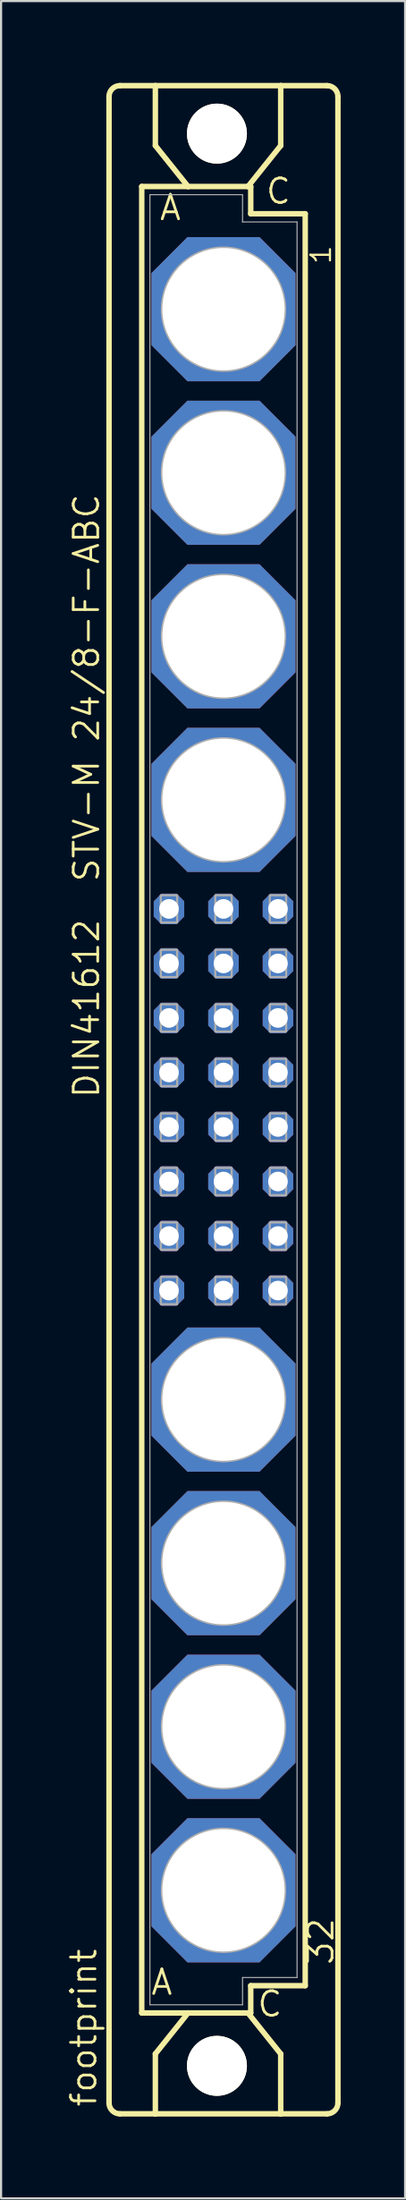
<source format=kicad_pcb>
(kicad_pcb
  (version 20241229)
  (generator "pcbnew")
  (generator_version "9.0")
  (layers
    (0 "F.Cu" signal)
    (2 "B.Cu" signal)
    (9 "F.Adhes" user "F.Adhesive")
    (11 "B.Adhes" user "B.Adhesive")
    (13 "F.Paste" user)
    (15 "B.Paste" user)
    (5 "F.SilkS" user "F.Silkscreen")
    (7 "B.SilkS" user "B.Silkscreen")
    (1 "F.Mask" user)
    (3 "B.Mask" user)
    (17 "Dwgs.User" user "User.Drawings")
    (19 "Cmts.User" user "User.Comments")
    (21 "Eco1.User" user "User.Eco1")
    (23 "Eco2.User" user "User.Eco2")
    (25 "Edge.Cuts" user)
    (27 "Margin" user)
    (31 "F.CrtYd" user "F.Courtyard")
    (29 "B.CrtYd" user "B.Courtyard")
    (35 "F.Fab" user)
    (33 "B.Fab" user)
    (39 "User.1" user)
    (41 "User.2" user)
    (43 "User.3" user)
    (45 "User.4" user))
  (footprint "footprint"
    (layer "F.Cu")
    (at 7.366 48.184)
    (property "Reference" "footprint" (at -5.842 46.99 90) (layer "F.SilkS") (effects (font (size 1.143 1.143) (thickness 0.127)) (justify left bottom)))
    (fp_line (start -5.334 46.736) (end -5.334 -46.736) (stroke (width 0.254) (type solid)) (layer "F.SilkS"))
    (fp_line (start -4.826 -47.244) (end -3.175 -47.244) (stroke (width 0.254) (type solid)) (layer "F.SilkS"))
    (fp_line (start -4.826 47.244) (end -3.175 47.244) (stroke (width 0.254) (type solid)) (layer "F.SilkS"))
    (fp_line (start -3.81 -42.545) (end -3.81 42.545) (stroke (width 0.254) (type solid)) (layer "F.SilkS"))
    (fp_line (start -3.81 42.545) (end -1.651 42.545) (stroke (width 0.254) (type solid)) (layer "F.SilkS"))
    (fp_line (start -3.175 -47.244) (end -3.175 -44.45) (stroke (width 0.254) (type solid)) (layer "F.SilkS"))
    (fp_line (start -3.175 47.244) (end -3.175 44.45) (stroke (width 0.254) (type solid)) (layer "F.SilkS"))
    (fp_line (start -3.175 47.244) (end 2.667 47.244) (stroke (width 0.254) (type solid)) (layer "F.SilkS"))
    (fp_line (start -1.651 -42.545) (end -3.81 -42.545) (stroke (width 0.254) (type solid)) (layer "F.SilkS"))
    (fp_line (start -1.651 -42.545) (end -3.175 -44.45) (stroke (width 0.254) (type solid)) (layer "F.SilkS"))
    (fp_line (start -1.651 42.545) (end -3.175 44.45) (stroke (width 0.254) (type solid)) (layer "F.SilkS"))
    (fp_line (start -1.651 42.545) (end 1.143 42.545) (stroke (width 0.254) (type solid)) (layer "F.SilkS"))
    (fp_line (start 1.143 -42.545) (end -1.651 -42.545) (stroke (width 0.254) (type solid)) (layer "F.SilkS"))
    (fp_line (start 1.143 -42.545) (end 2.667 -44.45) (stroke (width 0.254) (type solid)) (layer "F.SilkS"))
    (fp_line (start 1.143 42.545) (end 1.27 42.545) (stroke (width 0.254) (type solid)) (layer "F.SilkS"))
    (fp_line (start 1.143 42.545) (end 2.667 44.45) (stroke (width 0.254) (type solid)) (layer "F.SilkS"))
    (fp_line (start 1.27 -42.545) (end 1.143 -42.545) (stroke (width 0.254) (type solid)) (layer "F.SilkS"))
    (fp_line (start 1.27 -41.275) (end 1.27 -42.545) (stroke (width 0.254) (type solid)) (layer "F.SilkS"))
    (fp_line (start 1.27 41.275) (end 3.81 41.275) (stroke (width 0.254) (type solid)) (layer "F.SilkS"))
    (fp_line (start 1.27 42.545) (end 1.27 41.275) (stroke (width 0.254) (type solid)) (layer "F.SilkS"))
    (fp_line (start 2.667 -47.244) (end -3.175 -47.244) (stroke (width 0.254) (type solid)) (layer "F.SilkS"))
    (fp_line (start 2.667 -47.244) (end 2.667 -44.45) (stroke (width 0.254) (type solid)) (layer "F.SilkS"))
    (fp_line (start 2.667 47.244) (end 2.667 44.45) (stroke (width 0.254) (type solid)) (layer "F.SilkS"))
    (fp_line (start 2.667 47.244) (end 4.826 47.244) (stroke (width 0.254) (type solid)) (layer "F.SilkS"))
    (fp_line (start 3.81 -41.275) (end 1.27 -41.275) (stroke (width 0.254) (type solid)) (layer "F.SilkS"))
    (fp_line (start 3.81 41.275) (end 3.81 -41.275) (stroke (width 0.254) (type solid)) (layer "F.SilkS"))
    (fp_line (start 4.826 -47.244) (end 2.667 -47.244) (stroke (width 0.254) (type solid)) (layer "F.SilkS"))
    (fp_line (start 5.334 46.736) (end 5.334 -46.736) (stroke (width 0.254) (type solid)) (layer "F.SilkS"))
    (fp_arc (start -5.334 -46.736) (mid -5.18521 -47.09521) (end -4.826 -47.244) (stroke (width 0.254) (type solid)) (layer "F.SilkS"))
    (fp_arc (start -4.826 47.244) (mid -5.18521 47.09521) (end -5.334 46.736) (stroke (width 0.254) (type solid)) (layer "F.SilkS"))
    (fp_arc (start 4.826 -47.244) (mid 5.18521 -47.09521) (end 5.334 -46.736) (stroke (width 0.254) (type solid)) (layer "F.SilkS"))
    (fp_arc (start 5.334 46.736) (mid 5.18521 47.09521) (end 4.826 47.244) (stroke (width 0.254) (type solid)) (layer "F.SilkS"))
    (fp_circle (center -0.305 -45.009) (end 0.965 -45.009) (stroke (width 0.254) (type solid)) (fill no) (layer "F.SilkS"))
    (fp_circle (center -0.305 45.009) (end 0.965 45.009) (stroke (width 0.254) (type solid)) (fill no) (layer "F.SilkS"))
    (fp_line (start -3.429 -42.164) (end -3.429 42.164) (stroke (width 0.051) (type solid)) (layer "F.Fab"))
    (fp_line (start -3.429 -42.164) (end 0.889 -42.164) (stroke (width 0.051) (type solid)) (layer "F.Fab"))
    (fp_line (start -3.429 42.164) (end 0.889 42.164) (stroke (width 0.051) (type solid)) (layer "F.Fab"))
    (fp_line (start 0.889 -42.164) (end 0.889 -40.894) (stroke (width 0.051) (type solid)) (layer "F.Fab"))
    (fp_line (start 0.889 -40.894) (end 3.429 -40.894) (stroke (width 0.051) (type solid)) (layer "F.Fab"))
    (fp_line (start 0.889 40.894) (end 3.429 40.894) (stroke (width 0.051) (type solid)) (layer "F.Fab"))
    (fp_line (start 0.889 42.164) (end 0.889 40.894) (stroke (width 0.051) (type solid)) (layer "F.Fab"))
    (fp_line (start 3.429 -40.894) (end 3.429 40.894) (stroke (width 0.051) (type solid)) (layer "F.Fab"))
    (fp_circle (center 0 -36.83) (end 2.794 -36.83) (stroke (width 0.254) (type solid)) (fill no) (layer "F.Fab"))
    (fp_circle (center 0 -29.21) (end 2.794 -29.21) (stroke (width 0.254) (type solid)) (fill no) (layer "F.Fab"))
    (fp_circle (center 0 -21.59) (end 2.794 -21.59) (stroke (width 0.254) (type solid)) (fill no) (layer "F.Fab"))
    (fp_circle (center 0 -13.97) (end 2.794 -13.97) (stroke (width 0.254) (type solid)) (fill no) (layer "F.Fab"))
    (fp_circle (center 0 13.97) (end 2.794 13.97) (stroke (width 0.254) (type solid)) (fill no) (layer "F.Fab"))
    (fp_circle (center 0 21.59) (end 2.794 21.59) (stroke (width 0.254) (type solid)) (fill no) (layer "F.Fab"))
    (fp_circle (center 0 29.21) (end 2.794 29.21) (stroke (width 0.254) (type solid)) (fill no) (layer "F.Fab"))
    (fp_circle (center 0 36.83) (end 2.794 36.83) (stroke (width 0.254) (type solid)) (fill no) (layer "F.Fab"))
    (fp_poly (pts (xy -2.921 -8.255) (xy -2.159 -8.255) (xy -2.159 -9.525) (xy -2.921 -9.525)) (stroke (width 0.1) (type solid)) (fill no) (layer "F.Fab"))
    (fp_poly (pts (xy -2.921 -5.715) (xy -2.159 -5.715) (xy -2.159 -6.985) (xy -2.921 -6.985)) (stroke (width 0.1) (type solid)) (fill no) (layer "F.Fab"))
    (fp_poly (pts (xy -2.921 -3.175) (xy -2.159 -3.175) (xy -2.159 -4.445) (xy -2.921 -4.445)) (stroke (width 0.1) (type solid)) (fill no) (layer "F.Fab"))
    (fp_poly (pts (xy -2.921 -0.635) (xy -2.159 -0.635) (xy -2.159 -1.905) (xy -2.921 -1.905)) (stroke (width 0.1) (type solid)) (fill no) (layer "F.Fab"))
    (fp_poly (pts (xy -2.921 1.905) (xy -2.159 1.905) (xy -2.159 0.635) (xy -2.921 0.635)) (stroke (width 0.1) (type solid)) (fill no) (layer "F.Fab"))
    (fp_poly (pts (xy -2.921 4.445) (xy -2.159 4.445) (xy -2.159 3.175) (xy -2.921 3.175)) (stroke (width 0.1) (type solid)) (fill no) (layer "F.Fab"))
    (fp_poly (pts (xy -2.921 6.985) (xy -2.159 6.985) (xy -2.159 5.715) (xy -2.921 5.715)) (stroke (width 0.1) (type solid)) (fill no) (layer "F.Fab"))
    (fp_poly (pts (xy -2.921 9.525) (xy -2.159 9.525) (xy -2.159 8.255) (xy -2.921 8.255)) (stroke (width 0.1) (type solid)) (fill no) (layer "F.Fab"))
    (fp_poly (pts (xy -0.381 -8.255) (xy 0.381 -8.255) (xy 0.381 -9.525) (xy -0.381 -9.525)) (stroke (width 0.1) (type solid)) (fill no) (layer "F.Fab"))
    (fp_poly (pts (xy -0.381 -5.715) (xy 0.381 -5.715) (xy 0.381 -6.985) (xy -0.381 -6.985)) (stroke (width 0.1) (type solid)) (fill no) (layer "F.Fab"))
    (fp_poly (pts (xy -0.381 -3.175) (xy 0.381 -3.175) (xy 0.381 -4.445) (xy -0.381 -4.445)) (stroke (width 0.1) (type solid)) (fill no) (layer "F.Fab"))
    (fp_poly (pts (xy -0.381 -0.635) (xy 0.381 -0.635) (xy 0.381 -1.905) (xy -0.381 -1.905)) (stroke (width 0.1) (type solid)) (fill no) (layer "F.Fab"))
    (fp_poly (pts (xy -0.381 1.905) (xy 0.381 1.905) (xy 0.381 0.635) (xy -0.381 0.635)) (stroke (width 0.1) (type solid)) (fill no) (layer "F.Fab"))
    (fp_poly (pts (xy -0.381 4.445) (xy 0.381 4.445) (xy 0.381 3.175) (xy -0.381 3.175)) (stroke (width 0.1) (type solid)) (fill no) (layer "F.Fab"))
    (fp_poly (pts (xy -0.381 6.985) (xy 0.381 6.985) (xy 0.381 5.715) (xy -0.381 5.715)) (stroke (width 0.1) (type solid)) (fill no) (layer "F.Fab"))
    (fp_poly (pts (xy -0.381 9.525) (xy 0.381 9.525) (xy 0.381 8.255) (xy -0.381 8.255)) (stroke (width 0.1) (type solid)) (fill no) (layer "F.Fab"))
    (fp_poly (pts (xy 2.159 -8.255) (xy 2.921 -8.255) (xy 2.921 -9.525) (xy 2.159 -9.525)) (stroke (width 0.1) (type solid)) (fill no) (layer "F.Fab"))
    (fp_poly (pts (xy 2.159 -5.715) (xy 2.921 -5.715) (xy 2.921 -6.985) (xy 2.159 -6.985)) (stroke (width 0.1) (type solid)) (fill no) (layer "F.Fab"))
    (fp_poly (pts (xy 2.159 -3.175) (xy 2.921 -3.175) (xy 2.921 -4.445) (xy 2.159 -4.445)) (stroke (width 0.1) (type solid)) (fill no) (layer "F.Fab"))
    (fp_poly (pts (xy 2.159 -0.635) (xy 2.921 -0.635) (xy 2.921 -1.905) (xy 2.159 -1.905)) (stroke (width 0.1) (type solid)) (fill no) (layer "F.Fab"))
    (fp_poly (pts (xy 2.159 1.905) (xy 2.921 1.905) (xy 2.921 0.635) (xy 2.159 0.635)) (stroke (width 0.1) (type solid)) (fill no) (layer "F.Fab"))
    (fp_poly (pts (xy 2.159 4.445) (xy 2.921 4.445) (xy 2.921 3.175) (xy 2.159 3.175)) (stroke (width 0.1) (type solid)) (fill no) (layer "F.Fab"))
    (fp_poly (pts (xy 2.159 6.985) (xy 2.921 6.985) (xy 2.921 5.715) (xy 2.159 5.715)) (stroke (width 0.1) (type solid)) (fill no) (layer "F.Fab"))
    (fp_poly (pts (xy 2.159 9.525) (xy 2.921 9.525) (xy 2.921 8.255) (xy 2.159 8.255)) (stroke (width 0.1) (type solid)) (fill no) (layer "F.Fab"))
    (fp_text user "C" (at 1.905 -41.656 0) (layer "F.SilkS") (effects (font (size 1.143 1.143) (thickness 0.127)) (justify left bottom)))
    (fp_text user "32" (at 5.207 40.386 90) (layer "F.SilkS") (effects (font (size 1.143 1.143) (thickness 0.127)) (justify left bottom)))
    (fp_text user "DIN41612  STV-M 24/8-F-ABC" (at -5.715 0 90) (layer "F.SilkS") (effects (font (size 1.143 1.143) (thickness 0.127)) (justify left bottom)))
    (fp_text user " A " (at -4.318 41.783 0) (layer "F.SilkS") (effects (font (size 1.143 1.143) (thickness 0.127)) (justify left bottom)))
    (fp_text user "A" (at -3.048 -40.894 0) (layer "F.SilkS") (effects (font (size 1.143 1.143) (thickness 0.127)) (justify left bottom)))
    (fp_text user " C " (at 0.635 42.799 0) (layer "F.SilkS") (effects (font (size 1.143 1.143) (thickness 0.127)) (justify left bottom)))
    (fp_text user "1" (at 5.08 -38.862 90) (layer "F.SilkS") (effects (font (size 0.914 0.914) (thickness 0.102)) (justify left bottom)))
    (pad "" np_thru_hole circle (at -0.305 -45.009) (size 2.794 2.794) (drill 2.794) (layers "*.Cu" "*.Mask"))
    (pad "" np_thru_hole circle (at -0.305 45.009) (size 2.794 2.794) (drill 2.794) (layers "*.Cu" "*.Mask"))
    (pad "1" thru_hole roundrect (at 0 -36.83) (size 6.716 6.716) (drill 5.7) (layers "*.Cu" "*.Mask") (roundrect_rratio 0.25) (chamfer_ratio 0.25) (chamfer top_left top_right bottom_left bottom_right))
    (pad "2" thru_hole roundrect (at 0 -29.21) (size 6.716 6.716) (drill 5.7) (layers "*.Cu" "*.Mask") (roundrect_rratio 0.25) (chamfer_ratio 0.25) (chamfer top_left top_right bottom_left bottom_right))
    (pad "3" thru_hole roundrect (at 0 -21.59) (size 6.716 6.716) (drill 5.7) (layers "*.Cu" "*.Mask") (roundrect_rratio 0.25) (chamfer_ratio 0.25) (chamfer top_left top_right bottom_left bottom_right))
    (pad "4" thru_hole roundrect (at 0 -13.97) (size 6.716 6.716) (drill 5.7) (layers "*.Cu" "*.Mask") (roundrect_rratio 0.25) (chamfer_ratio 0.25) (chamfer top_left top_right bottom_left bottom_right))
    (pad "5" thru_hole roundrect (at 0 13.97) (size 6.716 6.716) (drill 5.7) (layers "*.Cu" "*.Mask") (roundrect_rratio 0.25) (chamfer_ratio 0.25) (chamfer top_left top_right bottom_left bottom_right))
    (pad "6" thru_hole roundrect (at 0 21.59) (size 6.716 6.716) (drill 5.7) (layers "*.Cu" "*.Mask") (roundrect_rratio 0.25) (chamfer_ratio 0.25) (chamfer top_left top_right bottom_left bottom_right))
    (pad "7" thru_hole roundrect (at 0 29.21) (size 6.716 6.716) (drill 5.7) (layers "*.Cu" "*.Mask") (roundrect_rratio 0.25) (chamfer_ratio 0.25) (chamfer top_left top_right bottom_left bottom_right))
    (pad "8" thru_hole roundrect (at 0 36.83) (size 6.716 6.716) (drill 5.7) (layers "*.Cu" "*.Mask") (roundrect_rratio 0.25) (chamfer_ratio 0.25) (chamfer top_left top_right bottom_left bottom_right))
    (pad "A13" thru_hole roundrect (at -2.54 -8.89) (size 1.422 1.422) (drill 0.914) (layers "*.Cu" "*.Mask") (roundrect_rratio 0.25) (chamfer_ratio 0.25) (chamfer top_left top_right bottom_left bottom_right))
    (pad "A14" thru_hole roundrect (at -2.54 -6.35) (size 1.422 1.422) (drill 0.914) (layers "*.Cu" "*.Mask") (roundrect_rratio 0.25) (chamfer_ratio 0.25) (chamfer top_left top_right bottom_left bottom_right))
    (pad "A15" thru_hole roundrect (at -2.54 -3.81) (size 1.422 1.422) (drill 0.914) (layers "*.Cu" "*.Mask") (roundrect_rratio 0.25) (chamfer_ratio 0.25) (chamfer top_left top_right bottom_left bottom_right))
    (pad "A16" thru_hole roundrect (at -2.54 -1.27) (size 1.422 1.422) (drill 0.914) (layers "*.Cu" "*.Mask") (roundrect_rratio 0.25) (chamfer_ratio 0.25) (chamfer top_left top_right bottom_left bottom_right))
    (pad "A17" thru_hole roundrect (at -2.54 1.27) (size 1.422 1.422) (drill 0.914) (layers "*.Cu" "*.Mask") (roundrect_rratio 0.25) (chamfer_ratio 0.25) (chamfer top_left top_right bottom_left bottom_right))
    (pad "A18" thru_hole roundrect (at -2.54 3.81) (size 1.422 1.422) (drill 0.914) (layers "*.Cu" "*.Mask") (roundrect_rratio 0.25) (chamfer_ratio 0.25) (chamfer top_left top_right bottom_left bottom_right))
    (pad "A19" thru_hole roundrect (at -2.54 6.35) (size 1.422 1.422) (drill 0.914) (layers "*.Cu" "*.Mask") (roundrect_rratio 0.25) (chamfer_ratio 0.25) (chamfer top_left top_right bottom_left bottom_right))
    (pad "A20" thru_hole roundrect (at -2.54 8.89) (size 1.422 1.422) (drill 0.914) (layers "*.Cu" "*.Mask") (roundrect_rratio 0.25) (chamfer_ratio 0.25) (chamfer top_left top_right bottom_left bottom_right))
    (pad "B13" thru_hole roundrect (at 0 -8.89) (size 1.422 1.422) (drill 0.914) (layers "*.Cu" "*.Mask") (roundrect_rratio 0.25) (chamfer_ratio 0.25) (chamfer top_left top_right bottom_left bottom_right))
    (pad "B14" thru_hole roundrect (at 0 -6.35) (size 1.422 1.422) (drill 0.914) (layers "*.Cu" "*.Mask") (roundrect_rratio 0.25) (chamfer_ratio 0.25) (chamfer top_left top_right bottom_left bottom_right))
    (pad "B15" thru_hole roundrect (at 0 -3.81) (size 1.422 1.422) (drill 0.914) (layers "*.Cu" "*.Mask") (roundrect_rratio 0.25) (chamfer_ratio 0.25) (chamfer top_left top_right bottom_left bottom_right))
    (pad "B16" thru_hole roundrect (at 0 -1.27) (size 1.422 1.422) (drill 0.914) (layers "*.Cu" "*.Mask") (roundrect_rratio 0.25) (chamfer_ratio 0.25) (chamfer top_left top_right bottom_left bottom_right))
    (pad "B17" thru_hole roundrect (at 0 1.27) (size 1.422 1.422) (drill 0.914) (layers "*.Cu" "*.Mask") (roundrect_rratio 0.25) (chamfer_ratio 0.25) (chamfer top_left top_right bottom_left bottom_right))
    (pad "B18" thru_hole roundrect (at 0 3.81) (size 1.422 1.422) (drill 0.914) (layers "*.Cu" "*.Mask") (roundrect_rratio 0.25) (chamfer_ratio 0.25) (chamfer top_left top_right bottom_left bottom_right))
    (pad "B19" thru_hole roundrect (at 0 6.35) (size 1.422 1.422) (drill 0.914) (layers "*.Cu" "*.Mask") (roundrect_rratio 0.25) (chamfer_ratio 0.25) (chamfer top_left top_right bottom_left bottom_right))
    (pad "B20" thru_hole roundrect (at 0 8.89) (size 1.422 1.422) (drill 0.914) (layers "*.Cu" "*.Mask") (roundrect_rratio 0.25) (chamfer_ratio 0.25) (chamfer top_left top_right bottom_left bottom_right))
    (pad "C13" thru_hole roundrect (at 2.54 -8.89) (size 1.422 1.422) (drill 0.914) (layers "*.Cu" "*.Mask") (roundrect_rratio 0.25) (chamfer_ratio 0.25) (chamfer top_left top_right bottom_left bottom_right))
    (pad "C14" thru_hole roundrect (at 2.54 -6.35) (size 1.422 1.422) (drill 0.914) (layers "*.Cu" "*.Mask") (roundrect_rratio 0.25) (chamfer_ratio 0.25) (chamfer top_left top_right bottom_left bottom_right))
    (pad "C15" thru_hole roundrect (at 2.54 -3.81) (size 1.422 1.422) (drill 0.914) (layers "*.Cu" "*.Mask") (roundrect_rratio 0.25) (chamfer_ratio 0.25) (chamfer top_left top_right bottom_left bottom_right))
    (pad "C16" thru_hole roundrect (at 2.54 -1.27) (size 1.422 1.422) (drill 0.914) (layers "*.Cu" "*.Mask") (roundrect_rratio 0.25) (chamfer_ratio 0.25) (chamfer top_left top_right bottom_left bottom_right))
    (pad "C17" thru_hole roundrect (at 2.54 1.27) (size 1.422 1.422) (drill 0.914) (layers "*.Cu" "*.Mask") (roundrect_rratio 0.25) (chamfer_ratio 0.25) (chamfer top_left top_right bottom_left bottom_right))
    (pad "C18" thru_hole roundrect (at 2.54 3.81) (size 1.422 1.422) (drill 0.914) (layers "*.Cu" "*.Mask") (roundrect_rratio 0.25) (chamfer_ratio 0.25) (chamfer top_left top_right bottom_left bottom_right))
    (pad "C19" thru_hole roundrect (at 2.54 6.35) (size 1.422 1.422) (drill 0.914) (layers "*.Cu" "*.Mask") (roundrect_rratio 0.25) (chamfer_ratio 0.25) (chamfer top_left top_right bottom_left bottom_right))
    (pad "C20" thru_hole roundrect (at 2.54 8.89) (size 1.422 1.422) (drill 0.914) (layers "*.Cu" "*.Mask") (roundrect_rratio 0.25) (chamfer_ratio 0.25) (chamfer top_left top_right bottom_left bottom_right))
    (zone (net_name "") (layers "F.Cu" "B.Cu") (hatch edge 0.508) (connect_pads) (min_thickness 0.254) (filled_areas_thickness no) (keepout (tracks allowed) (vias not_allowed) (pads allowed) (copperpour allowed) (footprints allowed)) (placement (enabled no)) (fill) (polygon (pts (xy 10.236 3.175) (xy 10.188 2.624) (xy 10.045 2.089) (xy 9.811 1.587) (xy 9.493 1.134) (xy 9.102 0.743) (xy 8.649 0.425) (xy 8.147 0.191) (xy 7.613 0.048) (xy 7.061 0) (xy 6.51 0.048) (xy 5.975 0.191) (xy 5.474 0.425) (xy 5.02 0.743) (xy 4.629 1.134) (xy 4.312 1.587) (xy 4.078 2.089) (xy 3.934 2.624) (xy 3.886 3.175) (xy 3.934 3.726) (xy 4.078 4.261) (xy 4.312 4.763) (xy 4.629 5.216) (xy 5.02 5.607) (xy 5.474 5.925) (xy 5.975 6.159) (xy 6.51 6.302) (xy 7.061 6.35) (xy 7.613 6.302) (xy 8.147 6.159) (xy 8.649 5.925) (xy 9.102 5.607) (xy 9.493 5.216) (xy 9.811 4.763) (xy 10.045 4.261) (xy 10.188 3.726))) (polygon (pts (xy 8.458 3.175) (xy 8.437 2.932) (xy 8.374 2.697) (xy 8.271 2.477) (xy 8.131 2.277) (xy 7.959 2.105) (xy 7.76 1.965) (xy 7.539 1.862) (xy 7.304 1.799) (xy 7.061 1.778) (xy 6.819 1.799) (xy 6.583 1.862) (xy 6.363 1.965) (xy 6.163 2.105) (xy 5.991 2.277) (xy 5.851 2.477) (xy 5.748 2.697) (xy 5.685 2.932) (xy 5.664 3.175) (xy 5.685 3.418) (xy 5.748 3.653) (xy 5.851 3.873) (xy 5.991 4.073) (xy 6.163 4.245) (xy 6.363 4.385) (xy 6.583 4.488) (xy 6.819 4.551) (xy 7.061 4.572) (xy 7.304 4.551) (xy 7.539 4.488) (xy 7.76 4.385) (xy 7.959 4.245) (xy 8.131 4.073) (xy 8.271 3.873) (xy 8.374 3.653) (xy 8.437 3.418))))
    (zone (net_name "") (layers "F.Cu" "B.Cu") (hatch edge 0.508) (connect_pads) (min_thickness 0.254) (filled_areas_thickness no) (keepout (tracks allowed) (vias not_allowed) (pads allowed) (copperpour allowed) (footprints allowed)) (placement (enabled no)) (fill) (polygon (pts (xy 10.236 93.193) (xy 10.188 92.641) (xy 10.045 92.107) (xy 9.811 91.605) (xy 9.493 91.152) (xy 9.102 90.76) (xy 8.649 90.443) (xy 8.147 90.209) (xy 7.613 90.066) (xy 7.061 90.018) (xy 6.51 90.066) (xy 5.975 90.209) (xy 5.474 90.443) (xy 5.02 90.76) (xy 4.629 91.152) (xy 4.312 91.605) (xy 4.078 92.107) (xy 3.934 92.641) (xy 3.886 93.193) (xy 3.934 93.744) (xy 4.078 94.279) (xy 4.312 94.78) (xy 4.629 95.233) (xy 5.02 95.625) (xy 5.474 95.942) (xy 5.975 96.176) (xy 6.51 96.319) (xy 7.061 96.368) (xy 7.613 96.319) (xy 8.147 96.176) (xy 8.649 95.942) (xy 9.102 95.625) (xy 9.493 95.233) (xy 9.811 94.78) (xy 10.045 94.279) (xy 10.188 93.744))) (polygon (pts (xy 8.458 93.193) (xy 8.437 92.95) (xy 8.374 92.715) (xy 8.271 92.494) (xy 8.131 92.295) (xy 7.959 92.122) (xy 7.76 91.983) (xy 7.539 91.88) (xy 7.304 91.817) (xy 7.061 91.796) (xy 6.819 91.817) (xy 6.583 91.88) (xy 6.363 91.983) (xy 6.163 92.122) (xy 5.991 92.295) (xy 5.851 92.494) (xy 5.748 92.715) (xy 5.685 92.95) (xy 5.664 93.193) (xy 5.685 93.435) (xy 5.748 93.67) (xy 5.851 93.891) (xy 5.991 94.091) (xy 6.163 94.263) (xy 6.363 94.402) (xy 6.583 94.505) (xy 6.819 94.568) (xy 7.061 94.59) (xy 7.304 94.568) (xy 7.539 94.505) (xy 7.76 94.402) (xy 7.959 94.263) (xy 8.131 94.091) (xy 8.271 93.891) (xy 8.374 93.67) (xy 8.437 93.435))))
    (zone (net_name "") (layer "B.Cu") (hatch edge 0.508) (connect_pads) (min_thickness 0.254) (filled_areas_thickness no) (keepout (tracks not_allowed) (vias not_allowed) (pads not_allowed) (copperpour not_allowed) (footprints allowed)) (placement (enabled no)) (fill) (polygon (pts (xy 10.236 3.175) (xy 10.188 2.624) (xy 10.045 2.089) (xy 9.811 1.587) (xy 9.493 1.134) (xy 9.102 0.743) (xy 8.649 0.425) (xy 8.147 0.191) (xy 7.613 0.048) (xy 7.061 0) (xy 6.51 0.048) (xy 5.975 0.191) (xy 5.474 0.425) (xy 5.02 0.743) (xy 4.629 1.134) (xy 4.312 1.587) (xy 4.078 2.089) (xy 3.934 2.624) (xy 3.886 3.175) (xy 3.934 3.726) (xy 4.078 4.261) (xy 4.312 4.763) (xy 4.629 5.216) (xy 5.02 5.607) (xy 5.474 5.925) (xy 5.975 6.159) (xy 6.51 6.302) (xy 7.061 6.35) (xy 7.613 6.302) (xy 8.147 6.159) (xy 8.649 5.925) (xy 9.102 5.607) (xy 9.493 5.216) (xy 9.811 4.763) (xy 10.045 4.261) (xy 10.188 3.726))) (polygon (pts (xy 8.458 3.175) (xy 8.437 2.932) (xy 8.374 2.697) (xy 8.271 2.477) (xy 8.131 2.277) (xy 7.959 2.105) (xy 7.76 1.965) (xy 7.539 1.862) (xy 7.304 1.799) (xy 7.061 1.778) (xy 6.819 1.799) (xy 6.583 1.862) (xy 6.363 1.965) (xy 6.163 2.105) (xy 5.991 2.277) (xy 5.851 2.477) (xy 5.748 2.697) (xy 5.685 2.932) (xy 5.664 3.175) (xy 5.685 3.418) (xy 5.748 3.653) (xy 5.851 3.873) (xy 5.991 4.073) (xy 6.163 4.245) (xy 6.363 4.385) (xy 6.583 4.488) (xy 6.819 4.551) (xy 7.061 4.572) (xy 7.304 4.551) (xy 7.539 4.488) (xy 7.76 4.385) (xy 7.959 4.245) (xy 8.131 4.073) (xy 8.271 3.873) (xy 8.374 3.653) (xy 8.437 3.418))))
    (zone (net_name "") (layer "B.Cu") (hatch edge 0.508) (connect_pads) (min_thickness 0.254) (filled_areas_thickness no) (keepout (tracks not_allowed) (vias not_allowed) (pads not_allowed) (copperpour not_allowed) (footprints allowed)) (placement (enabled no)) (fill) (polygon (pts (xy 10.236 93.193) (xy 10.188 92.641) (xy 10.045 92.107) (xy 9.811 91.605) (xy 9.493 91.152) (xy 9.102 90.76) (xy 8.649 90.443) (xy 8.147 90.209) (xy 7.613 90.066) (xy 7.061 90.018) (xy 6.51 90.066) (xy 5.975 90.209) (xy 5.474 90.443) (xy 5.02 90.76) (xy 4.629 91.152) (xy 4.312 91.605) (xy 4.078 92.107) (xy 3.934 92.641) (xy 3.886 93.193) (xy 3.934 93.744) (xy 4.078 94.279) (xy 4.312 94.78) (xy 4.629 95.233) (xy 5.02 95.625) (xy 5.474 95.942) (xy 5.975 96.176) (xy 6.51 96.319) (xy 7.061 96.368) (xy 7.613 96.319) (xy 8.147 96.176) (xy 8.649 95.942) (xy 9.102 95.625) (xy 9.493 95.233) (xy 9.811 94.78) (xy 10.045 94.279) (xy 10.188 93.744))) (polygon (pts (xy 8.458 93.193) (xy 8.437 92.95) (xy 8.374 92.715) (xy 8.271 92.494) (xy 8.131 92.295) (xy 7.959 92.122) (xy 7.76 91.983) (xy 7.539 91.88) (xy 7.304 91.817) (xy 7.061 91.796) (xy 6.819 91.817) (xy 6.583 91.88) (xy 6.363 91.983) (xy 6.163 92.122) (xy 5.991 92.295) (xy 5.851 92.494) (xy 5.748 92.715) (xy 5.685 92.95) (xy 5.664 93.193) (xy 5.685 93.435) (xy 5.748 93.67) (xy 5.851 93.891) (xy 5.991 94.091) (xy 6.163 94.263) (xy 6.363 94.402) (xy 6.583 94.505) (xy 6.819 94.568) (xy 7.061 94.59) (xy 7.304 94.568) (xy 7.539 94.505) (xy 7.76 94.402) (xy 7.959 94.263) (xy 8.131 94.091) (xy 8.271 93.891) (xy 8.374 93.67) (xy 8.437 93.435)))))
  (gr_rect
    (start -3 -3)
    (end 15.832 99.368)
    (stroke (width 0.1) (type default))
    (fill no)
    (layer "Edge.Cuts")))
</source>
